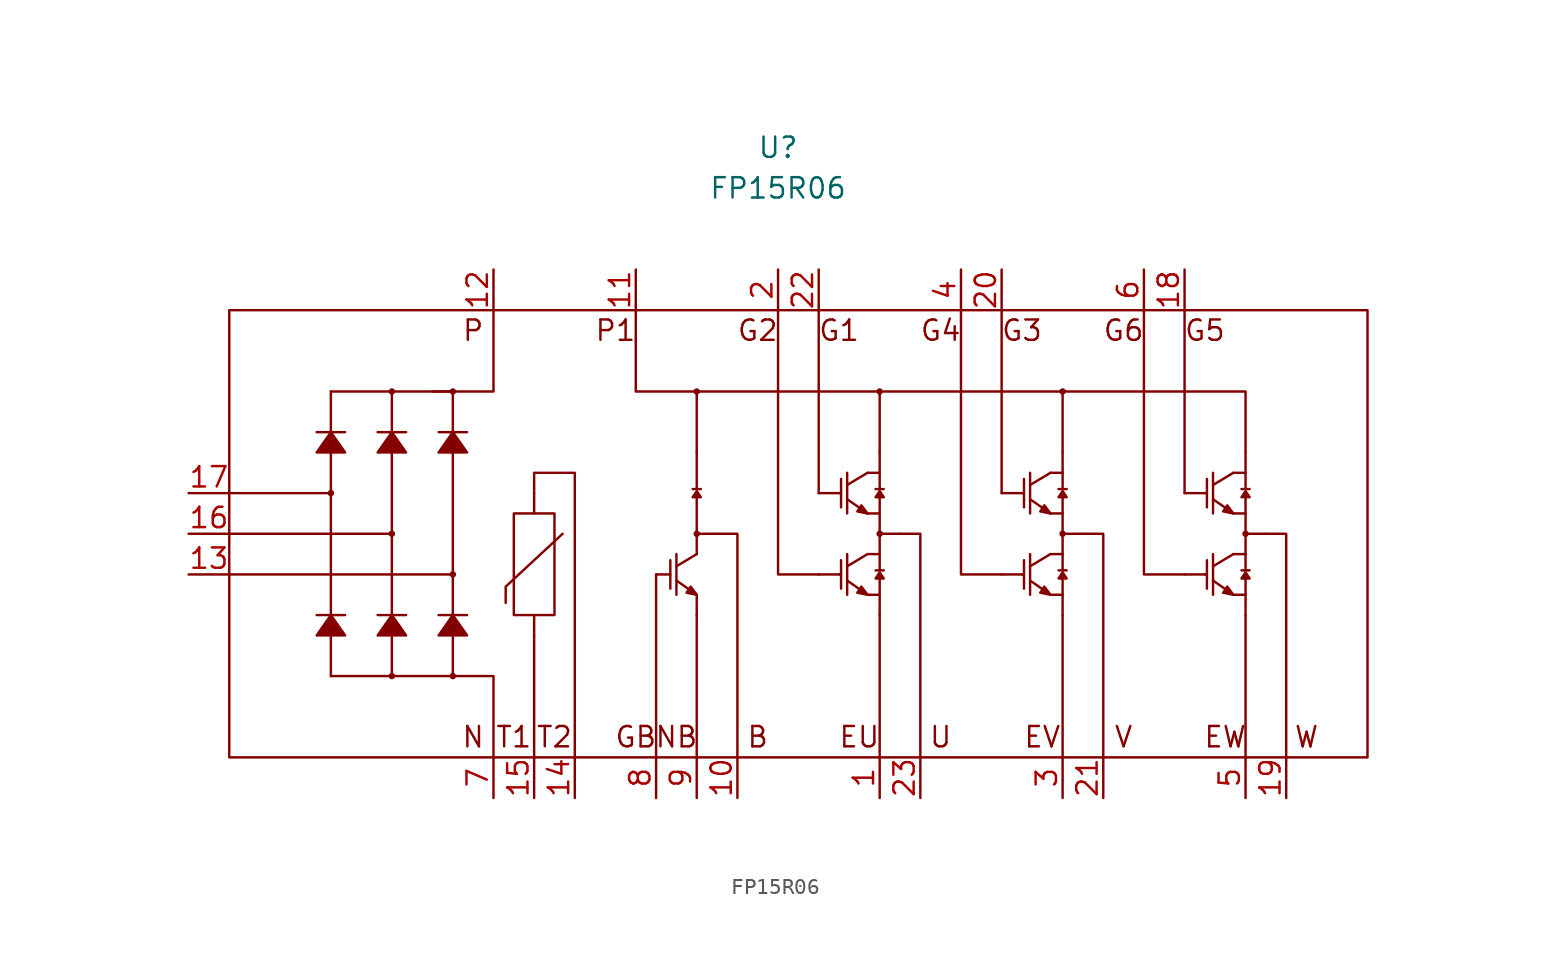
<source format=kicad_sym>
(kicad_symbol_lib
  (version 20211014)
  (generator kicad_symbol_editor)
  (symbol "FP15R06"
    (pin_names
      (offset 1.016) hide)
    (property "Reference" "U"
      (at -1.27 24.13 0)
      (effects (font (size 1.27 1.27))))
    (property "Value" "FP15R06"
      (at -1.27 21.59 0)
      (effects (font (size 1.27 1.27))))
    (symbol "FP15R06_0_0"
      (text "B" (at -2.54 -12.7 0) (effects (font (size 1.27 1.27))))
      (text "EU" (at 3.81 -12.7 0) (effects (font (size 1.27 1.27))))
      (text "EV" (at 15.24 -12.7 0) (effects (font (size 1.27 1.27))))
      (text "EW" (at 26.67 -12.7 0) (effects (font (size 1.27 1.27))))
      (text "G1" (at 2.54 12.7 0) (effects (font (size 1.27 1.27))))
      (text "G2" (at -2.54 12.7 0) (effects (font (size 1.27 1.27))))
      (text "G3" (at 13.97 12.7 0) (effects (font (size 1.27 1.27))))
      (text "G4" (at 8.89 12.7 0) (effects (font (size 1.27 1.27))))
      (text "G5" (at 25.4 12.7 0) (effects (font (size 1.27 1.27))))
      (text "G6" (at 20.32 12.7 0) (effects (font (size 1.27 1.27))))
      (text "GB" (at -10.16 -12.7 0) (effects (font (size 1.27 1.27))))
      (text "N" (at -20.32 -12.7 0) (effects (font (size 1.27 1.27))))
      (text "NB" (at -7.62 -12.7 0) (effects (font (size 1.27 1.27))))
      (text "P" (at -20.32 12.7 0) (effects (font (size 1.27 1.27))))
      (text "P1" (at -11.43 12.7 0) (effects (font (size 1.27 1.27))))
      (text "T1" (at -17.78 -12.7 0) (effects (font (size 1.27 1.27))))
      (text "T2" (at -15.24 -12.7 0) (effects (font (size 1.27 1.27))))
      (text "U" (at 8.89 -12.7 0) (effects (font (size 1.27 1.27))))
      (text "V" (at 20.32 -12.7 0) (effects (font (size 1.27 1.27))))
      (text "W" (at 31.75 -12.7 0) (effects (font (size 1.27 1.27)))))
    (symbol "FP15R06_0_1"
      (rectangle (start -35.56 -13.97) (end 35.56 13.97) (stroke (width 0) (type default) (color 0 0 0 0)) (fill (type none)))
      (circle (center -29.21 2.54) (radius 0.127) (stroke (width 0) (type default) (color 0 0 0 0)) (fill (type none)))
      (circle (center -25.4 -8.89) (radius 0.127) (stroke (width 0) (type default) (color 0 0 0 0)) (fill (type none)))
      (circle (center -25.4 0) (radius 0.127) (stroke (width 0) (type default) (color 0 0 0 0)) (fill (type none)))
      (circle (center -25.4 8.89) (radius 0.127) (stroke (width 0) (type default) (color 0 0 0 0)) (fill (type none)))
      (circle (center -21.59 -8.89) (radius 0.127) (stroke (width 0) (type default) (color 0 0 0 0)) (fill (type none)))
      (circle (center -21.59 -2.54) (radius 0.127) (stroke (width 0) (type default) (color 0 0 0 0)) (fill (type none)))
      (rectangle (start -17.78 1.27) (end -15.24 -5.08) (stroke (width 0) (type default) (color 0 0 0 0)) (fill (type none)))
      (circle (center -6.35 0) (radius 0.127) (stroke (width 0) (type default) (color 0 0 0 0)) (fill (type none)))
      (circle (center -6.35 8.89) (radius 0.127) (stroke (width 0) (type default) (color 0 0 0 0)) (fill (type none)))
      (polyline (pts (xy -29.21 -6.35) (xy -29.21 -8.89)) (stroke (width 0) (type default) (color 0 0 0 0)) (fill (type none)))
      (polyline (pts (xy -29.21 -5.08) (xy -29.21 2.54)) (stroke (width 0) (type default) (color 0 0 0 0)) (fill (type none)))
      (polyline (pts (xy -29.21 8.89) (xy -29.21 8.89)) (stroke (width 0) (type default) (color 0 0 0 0)) (fill (type none)))
      (polyline (pts (xy -28.321 -5.08) (xy -30.099 -5.08)) (stroke (width 0) (type default) (color 0 0 0 0)) (fill (type none)))
      (polyline (pts (xy -28.321 6.35) (xy -30.099 6.35)) (stroke (width 0) (type default) (color 0 0 0 0)) (fill (type none)))
      (polyline (pts (xy -25.4 -6.35) (xy -25.4 -8.89)) (stroke (width 0) (type default) (color 0 0 0 0)) (fill (type none)))
      (polyline (pts (xy -25.4 0) (xy -25.4 -5.08)) (stroke (width 0) (type default) (color 0 0 0 0)) (fill (type none)))
      (polyline (pts (xy -24.511 -5.08) (xy -26.289 -5.08)) (stroke (width 0) (type default) (color 0 0 0 0)) (fill (type none)))
      (polyline (pts (xy -24.511 6.35) (xy -26.289 6.35)) (stroke (width 0) (type default) (color 0 0 0 0)) (fill (type none)))
      (polyline (pts (xy -21.59 -2.54) (xy -21.59 5.08)) (stroke (width 0) (type default) (color 0 0 0 0)) (fill (type none)))
      (polyline (pts (xy -20.701 -5.08) (xy -22.479 -5.08)) (stroke (width 0) (type default) (color 0 0 0 0)) (fill (type none)))
      (polyline (pts (xy -20.701 6.35) (xy -22.479 6.35)) (stroke (width 0) (type default) (color 0 0 0 0)) (fill (type none)))
      (polyline (pts (xy -16.51 -13.97) (xy -16.51 -6.35)) (stroke (width 0) (type default) (color 0 0 0 0)) (fill (type none)))
      (polyline (pts (xy -16.51 -5.08) (xy -16.51 -6.35)) (stroke (width 0) (type default) (color 0 0 0 0)) (fill (type none)))
      (polyline (pts (xy -16.51 1.27) (xy -16.51 2.54)) (stroke (width 0) (type default) (color 0 0 0 0)) (fill (type none)))
      (polyline (pts (xy -8.89 -13.97) (xy -8.89 -2.54)) (stroke (width 0) (type default) (color 0 0 0 0)) (fill (type none)))
      (polyline (pts (xy -8.89 -2.54) (xy -8.001 -2.54)) (stroke (width 0) (type default) (color 0 0 0 0)) (fill (type none)))
      (polyline (pts (xy -8.001 -1.651) (xy -8.001 -3.429)) (stroke (width 0) (type default) (color 0 0 0 0)) (fill (type none)))
      (polyline (pts (xy -7.62 -2.921) (xy -6.35 -3.81)) (stroke (width 0) (type default) (color 0 0 0 0)) (fill (type none)))
      (polyline (pts (xy -7.62 -2.032) (xy -6.35 -1.27)) (stroke (width 0) (type default) (color 0 0 0 0)) (fill (type none)))
      (polyline (pts (xy -7.62 -1.27) (xy -7.62 -3.81)) (stroke (width 0) (type default) (color 0 0 0 0)) (fill (type none)))
      (polyline (pts (xy -6.604 2.794) (xy -6.096 2.794)) (stroke (width 0) (type default) (color 0 0 0 0)) (fill (type none)))
      (polyline (pts (xy -6.35 -5.08) (xy -6.35 -13.97)) (stroke (width 0) (type default) (color 0 0 0 0)) (fill (type none)))
      (polyline (pts (xy -6.35 -3.81) (xy -6.35 -5.08)) (stroke (width 0) (type default) (color 0 0 0 0)) (fill (type none)))
      (polyline (pts (xy -6.35 2.286) (xy -6.35 -1.27)) (stroke (width 0) (type default) (color 0 0 0 0)) (fill (type none)))
      (polyline (pts (xy -6.35 2.794) (xy -6.35 5.08)) (stroke (width 0) (type default) (color 0 0 0 0)) (fill (type none)))
      (polyline (pts (xy -5.08 0) (xy -6.35 0)) (stroke (width 0) (type default) (color 0 0 0 0)) (fill (type none)))
      (polyline (pts (xy 1.27 2.54) (xy 1.27 13.97)) (stroke (width 0) (type default) (color 0 0 0 0)) (fill (type none)))
      (polyline (pts (xy 2.54 -2.54) (xy 1.27 -2.54)) (stroke (width 0) (type default) (color 0 0 0 0)) (fill (type none)))
      (polyline (pts (xy 2.54 -2.54) (xy 2.667 -2.54)) (stroke (width 0) (type default) (color 0 0 0 0)) (fill (type none)))
      (polyline (pts (xy 2.54 2.54) (xy 1.27 2.54)) (stroke (width 0) (type default) (color 0 0 0 0)) (fill (type none)))
      (polyline (pts (xy 2.667 -1.651) (xy 2.667 -3.429)) (stroke (width 0) (type default) (color 0 0 0 0)) (fill (type none)))
      (polyline (pts (xy 2.667 2.54) (xy 2.54 2.54)) (stroke (width 0) (type default) (color 0 0 0 0)) (fill (type none)))
      (polyline (pts (xy 2.667 3.429) (xy 2.667 1.651)) (stroke (width 0) (type default) (color 0 0 0 0)) (fill (type none)))
      (polyline (pts (xy 3.048 -2.921) (xy 4.318 -3.81)) (stroke (width 0) (type default) (color 0 0 0 0)) (fill (type none)))
      (polyline (pts (xy 3.048 -2.032) (xy 4.318 -1.27)) (stroke (width 0) (type default) (color 0 0 0 0)) (fill (type none)))
      (polyline (pts (xy 3.048 -1.27) (xy 3.048 -3.81)) (stroke (width 0) (type default) (color 0 0 0 0)) (fill (type none)))
      (polyline (pts (xy 3.048 2.159) (xy 4.318 1.27)) (stroke (width 0) (type default) (color 0 0 0 0)) (fill (type none)))
      (polyline (pts (xy 3.048 3.048) (xy 4.318 3.81)) (stroke (width 0) (type default) (color 0 0 0 0)) (fill (type none)))
      (polyline (pts (xy 3.048 3.81) (xy 3.048 1.27)) (stroke (width 0) (type default) (color 0 0 0 0)) (fill (type none)))
      (polyline (pts (xy 4.826 -2.286) (xy 5.334 -2.286)) (stroke (width 0) (type default) (color 0 0 0 0)) (fill (type none)))
      (polyline (pts (xy 4.826 2.794) (xy 5.334 2.794)) (stroke (width 0) (type default) (color 0 0 0 0)) (fill (type none)))
      (polyline (pts (xy 5.08 -5.08) (xy 5.08 -13.97)) (stroke (width 0) (type default) (color 0 0 0 0)) (fill (type none)))
      (polyline (pts (xy 5.08 -3.81) (xy 5.08 -5.08)) (stroke (width 0) (type default) (color 0 0 0 0)) (fill (type none)))
      (polyline (pts (xy 5.08 1.27) (xy 5.08 -1.27)) (stroke (width 0) (type default) (color 0 0 0 0)) (fill (type none)))
      (polyline (pts (xy 5.08 3.81) (xy 5.08 5.08)) (stroke (width 0) (type default) (color 0 0 0 0)) (fill (type none)))
      (polyline (pts (xy 5.08 5.08) (xy 5.08 8.89)) (stroke (width 0) (type default) (color 0 0 0 0)) (fill (type none)))
      (polyline (pts (xy 6.35 0) (xy 5.08 0)) (stroke (width 0) (type default) (color 0 0 0 0)) (fill (type none)))
      (polyline (pts (xy 12.7 2.54) (xy 12.7 13.97)) (stroke (width 0) (type default) (color 0 0 0 0)) (fill (type none)))
      (polyline (pts (xy 13.97 -2.54) (xy 12.7 -2.54)) (stroke (width 0) (type default) (color 0 0 0 0)) (fill (type none)))
      (polyline (pts (xy 13.97 -2.54) (xy 14.097 -2.54)) (stroke (width 0) (type default) (color 0 0 0 0)) (fill (type none)))
      (polyline (pts (xy 13.97 2.54) (xy 12.7 2.54)) (stroke (width 0) (type default) (color 0 0 0 0)) (fill (type none)))
      (polyline (pts (xy 14.097 -1.651) (xy 14.097 -3.429)) (stroke (width 0) (type default) (color 0 0 0 0)) (fill (type none)))
      (polyline (pts (xy 14.097 2.54) (xy 13.97 2.54)) (stroke (width 0) (type default) (color 0 0 0 0)) (fill (type none)))
      (polyline (pts (xy 14.097 3.429) (xy 14.097 1.651)) (stroke (width 0) (type default) (color 0 0 0 0)) (fill (type none)))
      (polyline (pts (xy 14.478 -2.921) (xy 15.748 -3.81)) (stroke (width 0) (type default) (color 0 0 0 0)) (fill (type none)))
      (polyline (pts (xy 14.478 -2.032) (xy 15.748 -1.27)) (stroke (width 0) (type default) (color 0 0 0 0)) (fill (type none)))
      (polyline (pts (xy 14.478 -1.27) (xy 14.478 -3.81)) (stroke (width 0) (type default) (color 0 0 0 0)) (fill (type none)))
      (polyline (pts (xy 14.478 2.159) (xy 15.748 1.27)) (stroke (width 0) (type default) (color 0 0 0 0)) (fill (type none)))
      (polyline (pts (xy 14.478 3.048) (xy 15.748 3.81)) (stroke (width 0) (type default) (color 0 0 0 0)) (fill (type none)))
      (polyline (pts (xy 14.478 3.81) (xy 14.478 1.27)) (stroke (width 0) (type default) (color 0 0 0 0)) (fill (type none)))
      (polyline (pts (xy 16.256 -2.286) (xy 16.764 -2.286)) (stroke (width 0) (type default) (color 0 0 0 0)) (fill (type none)))
      (polyline (pts (xy 16.256 2.794) (xy 16.764 2.794)) (stroke (width 0) (type default) (color 0 0 0 0)) (fill (type none)))
      (polyline (pts (xy 16.51 -5.08) (xy 16.51 -13.97)) (stroke (width 0) (type default) (color 0 0 0 0)) (fill (type none)))
      (polyline (pts (xy 16.51 -3.81) (xy 16.51 -5.08)) (stroke (width 0) (type default) (color 0 0 0 0)) (fill (type none)))
      (polyline (pts (xy 16.51 1.27) (xy 16.51 -1.27)) (stroke (width 0) (type default) (color 0 0 0 0)) (fill (type none)))
      (polyline (pts (xy 16.51 3.81) (xy 16.51 5.08)) (stroke (width 0) (type default) (color 0 0 0 0)) (fill (type none)))
      (polyline (pts (xy 16.51 5.08) (xy 16.51 8.89)) (stroke (width 0) (type default) (color 0 0 0 0)) (fill (type none)))
      (polyline (pts (xy 17.78 0) (xy 16.51 0)) (stroke (width 0) (type default) (color 0 0 0 0)) (fill (type none)))
      (polyline (pts (xy 24.13 2.54) (xy 24.13 13.97)) (stroke (width 0) (type default) (color 0 0 0 0)) (fill (type none)))
      (polyline (pts (xy 25.4 -2.54) (xy 24.13 -2.54)) (stroke (width 0) (type default) (color 0 0 0 0)) (fill (type none)))
      (polyline (pts (xy 25.4 -2.54) (xy 25.527 -2.54)) (stroke (width 0) (type default) (color 0 0 0 0)) (fill (type none)))
      (polyline (pts (xy 25.4 2.54) (xy 24.13 2.54)) (stroke (width 0) (type default) (color 0 0 0 0)) (fill (type none)))
      (polyline (pts (xy 25.527 -1.651) (xy 25.527 -3.429)) (stroke (width 0) (type default) (color 0 0 0 0)) (fill (type none)))
      (polyline (pts (xy 25.527 2.54) (xy 25.4 2.54)) (stroke (width 0) (type default) (color 0 0 0 0)) (fill (type none)))
      (polyline (pts (xy 25.527 3.429) (xy 25.527 1.651)) (stroke (width 0) (type default) (color 0 0 0 0)) (fill (type none)))
      (polyline (pts (xy 25.908 -2.921) (xy 27.178 -3.81)) (stroke (width 0) (type default) (color 0 0 0 0)) (fill (type none)))
      (polyline (pts (xy 25.908 -2.032) (xy 27.178 -1.27)) (stroke (width 0) (type default) (color 0 0 0 0)) (fill (type none)))
      (polyline (pts (xy 25.908 -1.27) (xy 25.908 -3.81)) (stroke (width 0) (type default) (color 0 0 0 0)) (fill (type none)))
      (polyline (pts (xy 25.908 2.159) (xy 27.178 1.27)) (stroke (width 0) (type default) (color 0 0 0 0)) (fill (type none)))
      (polyline (pts (xy 25.908 3.048) (xy 27.178 3.81)) (stroke (width 0) (type default) (color 0 0 0 0)) (fill (type none)))
      (polyline (pts (xy 25.908 3.81) (xy 25.908 1.27)) (stroke (width 0) (type default) (color 0 0 0 0)) (fill (type none)))
      (polyline (pts (xy 27.686 -2.286) (xy 28.194 -2.286)) (stroke (width 0) (type default) (color 0 0 0 0)) (fill (type none)))
      (polyline (pts (xy 27.686 2.794) (xy 28.194 2.794)) (stroke (width 0) (type default) (color 0 0 0 0)) (fill (type none)))
      (polyline (pts (xy 27.94 -5.08) (xy 27.94 -13.97)) (stroke (width 0) (type default) (color 0 0 0 0)) (fill (type none)))
      (polyline (pts (xy 27.94 -3.81) (xy 27.94 -5.08)) (stroke (width 0) (type default) (color 0 0 0 0)) (fill (type none)))
      (polyline (pts (xy 27.94 1.27) (xy 27.94 -1.27)) (stroke (width 0) (type default) (color 0 0 0 0)) (fill (type none)))
      (polyline (pts (xy 27.94 3.81) (xy 27.94 5.08)) (stroke (width 0) (type default) (color 0 0 0 0)) (fill (type none)))
      (polyline (pts (xy 29.21 0) (xy 27.94 0)) (stroke (width 0) (type default) (color 0 0 0 0)) (fill (type none)))
      (polyline (pts (xy -35.56 -2.54) (xy -21.59 -2.54) (xy -21.59 -5.08)) (stroke (width 0) (type default) (color 0 0 0 0)) (fill (type none)))
      (polyline (pts (xy -35.56 0) (xy -25.4 0) (xy -25.4 5.08)) (stroke (width 0) (type default) (color 0 0 0 0)) (fill (type none)))
      (polyline (pts (xy -35.56 2.54) (xy -29.21 2.54) (xy -29.21 5.08)) (stroke (width 0) (type default) (color 0 0 0 0)) (fill (type none)))
      (polyline (pts (xy -25.4 8.89) (xy -29.21 8.89) (xy -29.21 6.35)) (stroke (width 0) (type default) (color 0 0 0 0)) (fill (type none)))
      (polyline (pts (xy -21.59 -6.35) (xy -21.59 -8.89) (xy -29.21 -8.89)) (stroke (width 0) (type default) (color 0 0 0 0)) (fill (type none)))
      (polyline (pts (xy -19.05 -13.97) (xy -19.05 -8.89) (xy -21.59 -8.89)) (stroke (width 0) (type default) (color 0 0 0 0)) (fill (type none)))
      (polyline (pts (xy -19.05 13.97) (xy -19.05 8.89) (xy -22.86 8.89)) (stroke (width 0) (type default) (color 0 0 0 0)) (fill (type none)))
      (polyline (pts (xy -18.288 -4.318) (xy -18.288 -3.302) (xy -14.732 0)) (stroke (width 0) (type default) (color 0 0 0 0)) (fill (type none)))
      (polyline (pts (xy -10.16 13.97) (xy -10.16 8.89) (xy -6.35 8.89)) (stroke (width 0) (type default) (color 0 0 0 0)) (fill (type none)))
      (polyline (pts (xy -3.81 -13.97) (xy -3.81 0) (xy -5.08 0)) (stroke (width 0) (type default) (color 0 0 0 0)) (fill (type none)))
      (polyline (pts (xy 1.27 -2.54) (xy -1.27 -2.54) (xy -1.27 13.97)) (stroke (width 0) (type default) (color 0 0 0 0)) (fill (type none)))
      (polyline (pts (xy 5.08 -2.794) (xy 5.08 -3.81) (xy 4.318 -3.81)) (stroke (width 0) (type default) (color 0 0 0 0)) (fill (type none)))
      (polyline (pts (xy 5.08 2.286) (xy 5.08 1.27) (xy 4.318 1.27)) (stroke (width 0) (type default) (color 0 0 0 0)) (fill (type none)))
      (polyline (pts (xy 6.35 0) (xy 7.62 0) (xy 7.62 -13.97)) (stroke (width 0) (type default) (color 0 0 0 0)) (fill (type none)))
      (polyline (pts (xy 12.7 -2.54) (xy 10.16 -2.54) (xy 10.16 13.97)) (stroke (width 0) (type default) (color 0 0 0 0)) (fill (type none)))
      (polyline (pts (xy 16.51 -2.794) (xy 16.51 -3.81) (xy 15.748 -3.81)) (stroke (width 0) (type default) (color 0 0 0 0)) (fill (type none)))
      (polyline (pts (xy 16.51 2.286) (xy 16.51 1.27) (xy 15.748 1.27)) (stroke (width 0) (type default) (color 0 0 0 0)) (fill (type none)))
      (polyline (pts (xy 19.05 -13.97) (xy 19.05 0) (xy 17.78 0)) (stroke (width 0) (type default) (color 0 0 0 0)) (fill (type none)))
      (polyline (pts (xy 24.13 -2.54) (xy 21.59 -2.54) (xy 21.59 13.97)) (stroke (width 0) (type default) (color 0 0 0 0)) (fill (type none)))
      (polyline (pts (xy 27.94 -2.794) (xy 27.94 -3.81) (xy 27.178 -3.81)) (stroke (width 0) (type default) (color 0 0 0 0)) (fill (type none)))
      (polyline (pts (xy 27.94 2.286) (xy 27.94 1.27) (xy 27.178 1.27)) (stroke (width 0) (type default) (color 0 0 0 0)) (fill (type none)))
      (polyline (pts (xy 30.48 -13.97) (xy 30.48 0) (xy 29.21 0)) (stroke (width 0) (type default) (color 0 0 0 0)) (fill (type none)))
      (polyline (pts (xy -30.099 -6.35) (xy -28.321 -6.35) (xy -29.21 -5.08) (xy -30.099 -6.35)) (stroke (width 0) (type default) (color 0 0 0 0)) (fill (type outline)))
      (polyline (pts (xy -30.099 5.08) (xy -28.321 5.08) (xy -29.21 6.35) (xy -30.099 5.08)) (stroke (width 0) (type default) (color 0 0 0 0)) (fill (type outline)))
      (polyline (pts (xy -26.289 -6.35) (xy -24.511 -6.35) (xy -25.4 -5.08) (xy -26.289 -6.35)) (stroke (width 0) (type default) (color 0 0 0 0)) (fill (type outline)))
      (polyline (pts (xy -26.289 5.08) (xy -24.511 5.08) (xy -25.4 6.35) (xy -26.289 5.08)) (stroke (width 0) (type default) (color 0 0 0 0)) (fill (type outline)))
      (polyline (pts (xy -22.479 -6.35) (xy -20.701 -6.35) (xy -21.59 -5.08) (xy -22.479 -6.35)) (stroke (width 0) (type default) (color 0 0 0 0)) (fill (type outline)))
      (polyline (pts (xy -22.479 5.08) (xy -20.701 5.08) (xy -21.59 6.35) (xy -22.479 5.08)) (stroke (width 0) (type default) (color 0 0 0 0)) (fill (type outline)))
      (polyline (pts (xy -21.59 6.35) (xy -21.59 8.89) (xy -25.4 8.89) (xy -25.4 6.35)) (stroke (width 0) (type default) (color 0 0 0 0)) (fill (type none)))
      (polyline (pts (xy -13.97 -13.97) (xy -13.97 3.81) (xy -16.51 3.81) (xy -16.51 2.54)) (stroke (width 0) (type default) (color 0 0 0 0)) (fill (type none)))
      (polyline (pts (xy -6.604 2.286) (xy -6.096 2.286) (xy -6.35 2.667) (xy -6.604 2.286)) (stroke (width 0) (type default) (color 0 0 0 0)) (fill (type outline)))
      (polyline (pts (xy -6.35 -3.81) (xy -6.985 -3.683) (xy -6.731 -3.302) (xy -6.35 -3.81)) (stroke (width 0) (type default) (color 0 0 0 0)) (fill (type outline)))
      (polyline (pts (xy 4.318 -3.81) (xy 3.683 -3.683) (xy 3.937 -3.302) (xy 4.318 -3.81)) (stroke (width 0) (type default) (color 0 0 0 0)) (fill (type outline)))
      (polyline (pts (xy 4.318 1.27) (xy 3.683 1.397) (xy 3.937 1.778) (xy 4.318 1.27)) (stroke (width 0) (type default) (color 0 0 0 0)) (fill (type outline)))
      (polyline (pts (xy 4.826 -2.794) (xy 5.334 -2.794) (xy 5.08 -2.413) (xy 4.826 -2.794)) (stroke (width 0) (type default) (color 0 0 0 0)) (fill (type outline)))
      (polyline (pts (xy 4.826 2.286) (xy 5.334 2.286) (xy 5.08 2.667) (xy 4.826 2.286)) (stroke (width 0) (type default) (color 0 0 0 0)) (fill (type outline)))
      (polyline (pts (xy 5.08 -2.286) (xy 5.08 -2.032) (xy 5.08 -1.27) (xy 4.318 -1.27)) (stroke (width 0) (type default) (color 0 0 0 0)) (fill (type none)))
      (polyline (pts (xy 5.08 2.794) (xy 5.08 3.048) (xy 5.08 3.81) (xy 4.318 3.81)) (stroke (width 0) (type default) (color 0 0 0 0)) (fill (type none)))
      (polyline (pts (xy 15.748 -3.81) (xy 15.113 -3.683) (xy 15.367 -3.302) (xy 15.748 -3.81)) (stroke (width 0) (type default) (color 0 0 0 0)) (fill (type outline)))
      (polyline (pts (xy 15.748 1.27) (xy 15.113 1.397) (xy 15.367 1.778) (xy 15.748 1.27)) (stroke (width 0) (type default) (color 0 0 0 0)) (fill (type outline)))
      (polyline (pts (xy 16.256 -2.794) (xy 16.764 -2.794) (xy 16.51 -2.413) (xy 16.256 -2.794)) (stroke (width 0) (type default) (color 0 0 0 0)) (fill (type outline)))
      (polyline (pts (xy 16.256 2.286) (xy 16.764 2.286) (xy 16.51 2.667) (xy 16.256 2.286)) (stroke (width 0) (type default) (color 0 0 0 0)) (fill (type outline)))
      (polyline (pts (xy 16.51 -2.286) (xy 16.51 -2.032) (xy 16.51 -1.27) (xy 15.748 -1.27)) (stroke (width 0) (type default) (color 0 0 0 0)) (fill (type none)))
      (polyline (pts (xy 16.51 2.794) (xy 16.51 3.048) (xy 16.51 3.81) (xy 15.748 3.81)) (stroke (width 0) (type default) (color 0 0 0 0)) (fill (type none)))
      (polyline (pts (xy 27.178 -3.81) (xy 26.543 -3.683) (xy 26.797 -3.302) (xy 27.178 -3.81)) (stroke (width 0) (type default) (color 0 0 0 0)) (fill (type outline)))
      (polyline (pts (xy 27.178 1.27) (xy 26.543 1.397) (xy 26.797 1.778) (xy 27.178 1.27)) (stroke (width 0) (type default) (color 0 0 0 0)) (fill (type outline)))
      (polyline (pts (xy 27.686 -2.794) (xy 28.194 -2.794) (xy 27.94 -2.413) (xy 27.686 -2.794)) (stroke (width 0) (type default) (color 0 0 0 0)) (fill (type outline)))
      (polyline (pts (xy 27.686 2.286) (xy 28.194 2.286) (xy 27.94 2.667) (xy 27.686 2.286)) (stroke (width 0) (type default) (color 0 0 0 0)) (fill (type outline)))
      (polyline (pts (xy 27.94 -2.286) (xy 27.94 -2.032) (xy 27.94 -1.27) (xy 27.178 -1.27)) (stroke (width 0) (type default) (color 0 0 0 0)) (fill (type none)))
      (polyline (pts (xy 27.94 2.794) (xy 27.94 3.048) (xy 27.94 3.81) (xy 27.178 3.81)) (stroke (width 0) (type default) (color 0 0 0 0)) (fill (type none)))
      (polyline (pts (xy 27.94 5.08) (xy 27.94 8.89) (xy 2.54 8.89) (xy -6.35 8.89) (xy -6.35 5.08)) (stroke (width 0) (type default) (color 0 0 0 0)) (fill (type none)))
      (circle (center 5.08 0) (radius 0.127) (stroke (width 0) (type default) (color 0 0 0 0)) (fill (type none)))
      (circle (center 5.08 8.89) (radius 0.127) (stroke (width 0) (type default) (color 0 0 0 0)) (fill (type none)))
      (circle (center 16.51 0) (radius 0.127) (stroke (width 0) (type default) (color 0 0 0 0)) (fill (type none)))
      (circle (center 16.51 8.89) (radius 0.127) (stroke (width 0) (type default) (color 0 0 0 0)) (fill (type none)))
      (circle (center 27.94 0) (radius 0.127) (stroke (width 0) (type default) (color 0 0 0 0)) (fill (type none))))
    (symbol "FP15R06_1_1"
      (circle (center -21.59 8.89) (radius 0.127) (stroke (width 0) (type default) (color 0 0 0 0)) (fill (type none)))
      (pin input line (at 5.08 -16.51 90) (length 2.54) (name "EU" (effects (font (size 1.27 1.27)))) (number "1" (effects (font (size 1.27 1.27)))))
      (pin input line (at -3.81 -16.51 90) (length 2.54) (name "B" (effects (font (size 1.27 1.27)))) (number "10" (effects (font (size 1.27 1.27)))))
      (pin input line (at -10.16 16.51 270) (length 2.54) (name "P1" (effects (font (size 1.27 1.27)))) (number "11" (effects (font (size 1.27 1.27)))))
      (pin input line (at -19.05 16.51 270) (length 2.54) (name "P" (effects (font (size 1.27 1.27)))) (number "12" (effects (font (size 1.27 1.27)))))
      (pin input line (at -38.1 -2.54 0) (length 2.54) (name "L3" (effects (font (size 1.27 1.27)))) (number "13" (effects (font (size 1.27 1.27)))))
      (pin input line (at -13.97 -16.51 90) (length 2.54) (name "T2" (effects (font (size 1.27 1.27)))) (number "14" (effects (font (size 1.27 1.27)))))
      (pin input line (at -16.51 -16.51 90) (length 2.54) (name "T1" (effects (font (size 1.27 1.27)))) (number "15" (effects (font (size 1.27 1.27)))))
      (pin input line (at -38.1 0 0) (length 2.54) (name "L2" (effects (font (size 1.27 1.27)))) (number "16" (effects (font (size 1.27 1.27)))))
      (pin input line (at -38.1 2.54 0) (length 2.54) (name "l1" (effects (font (size 1.27 1.27)))) (number "17" (effects (font (size 1.27 1.27)))))
      (pin input line (at 24.13 16.51 270) (length 2.54) (name "G5" (effects (font (size 1.27 1.27)))) (number "18" (effects (font (size 1.27 1.27)))))
      (pin input line (at 30.48 -16.51 90) (length 2.54) (name "W" (effects (font (size 1.27 1.27)))) (number "19" (effects (font (size 1.27 1.27)))))
      (pin input line (at -1.27 16.51 270) (length 2.54) (name "G2" (effects (font (size 1.27 1.27)))) (number "2" (effects (font (size 1.27 1.27)))))
      (pin input line (at 12.7 16.51 270) (length 2.54) (name "G3" (effects (font (size 1.27 1.27)))) (number "20" (effects (font (size 1.27 1.27)))))
      (pin input line (at 19.05 -16.51 90) (length 2.54) (name "V" (effects (font (size 1.27 1.27)))) (number "21" (effects (font (size 1.27 1.27)))))
      (pin input line (at 1.27 16.51 270) (length 2.54) (name "G1" (effects (font (size 1.27 1.27)))) (number "22" (effects (font (size 1.27 1.27)))))
      (pin input line (at 7.62 -16.51 90) (length 2.54) (name "U" (effects (font (size 1.27 1.27)))) (number "23" (effects (font (size 1.27 1.27)))))
      (pin input line (at 16.51 -16.51 90) (length 2.54) (name "EV" (effects (font (size 1.27 1.27)))) (number "3" (effects (font (size 1.27 1.27)))))
      (pin input line (at 10.16 16.51 270) (length 2.54) (name "G4" (effects (font (size 1.27 1.27)))) (number "4" (effects (font (size 1.27 1.27)))))
      (pin input line (at 27.94 -16.51 90) (length 2.54) (name "EW" (effects (font (size 1.27 1.27)))) (number "5" (effects (font (size 1.27 1.27)))))
      (pin input line (at 21.59 16.51 270) (length 2.54) (name "G6" (effects (font (size 1.27 1.27)))) (number "6" (effects (font (size 1.27 1.27)))))
      (pin input line (at -19.05 -16.51 90) (length 2.54) (name "N" (effects (font (size 1.27 1.27)))) (number "7" (effects (font (size 1.27 1.27)))))
      (pin input line (at -8.89 -16.51 90) (length 2.54) (name "GB" (effects (font (size 1.27 1.27)))) (number "8" (effects (font (size 1.27 1.27)))))
      (pin input line (at -6.35 -16.51 90) (length 2.54) (name "NB" (effects (font (size 1.27 1.27)))) (number "9" (effects (font (size 1.27 1.27))))))))
</source>
